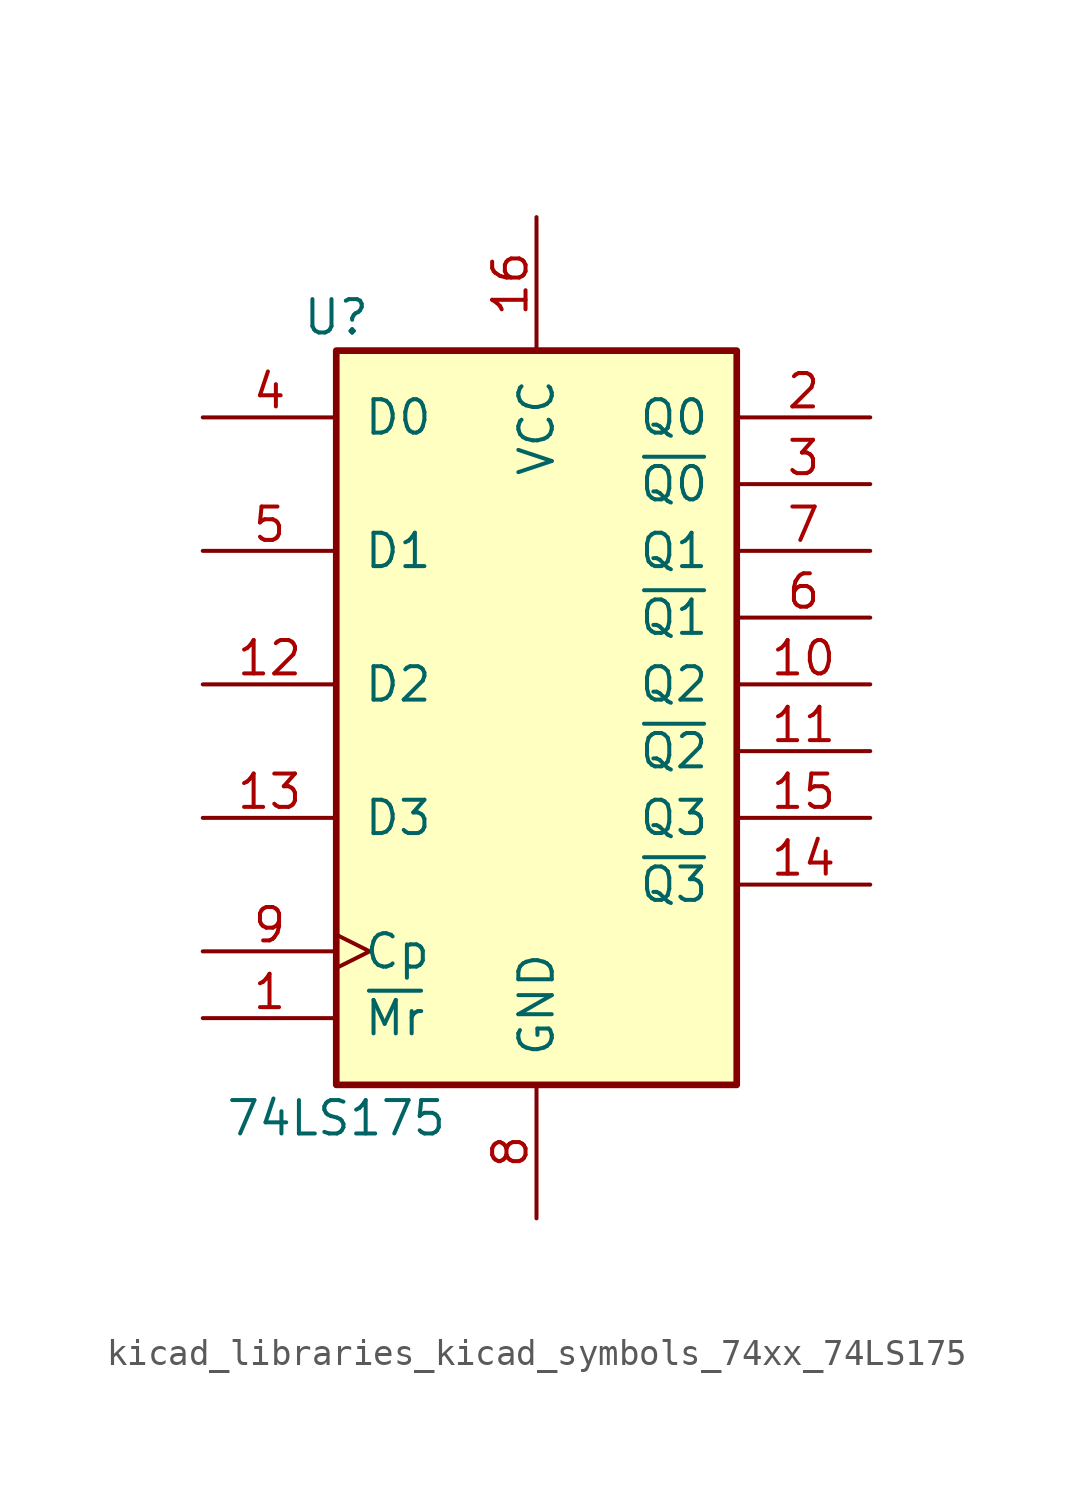
<source format=kicad_sym>
(kicad_symbol_lib
  (version 20220914)
  (generator kicad_symbol_editor)
  (symbol "kicad_libraries_kicad_symbols_74xx_74LS175"
    (pin_names
      (offset 1.016))
    (property "Reference" "U"
      (at -7.62 13.97 0)
      (effects (font (size 1.27 1.27))))
    (property "Value" "74LS175"
      (at -7.62 -16.51 0)
      (effects (font (size 1.27 1.27))))
    (property "ki_locked" ""
      (at 0 0 0)
      (effects (font (size 1.27 1.27))))
    (symbol "kicad_libraries_kicad_symbols_74xx_74LS175_1_0"
      (pin input line (at -12.7 -12.7 0) (length 5.08) (name "~{Mr}" (effects (font (size 1.27 1.27)))) (number "1" (effects (font (size 1.27 1.27)))))
      (pin output line (at 12.7 0 180) (length 5.08) (name "Q2" (effects (font (size 1.27 1.27)))) (number "10" (effects (font (size 1.27 1.27)))))
      (pin output line (at 12.7 -2.54 180) (length 5.08) (name "~{Q2}" (effects (font (size 1.27 1.27)))) (number "11" (effects (font (size 1.27 1.27)))))
      (pin input line (at -12.7 0 0) (length 5.08) (name "D2" (effects (font (size 1.27 1.27)))) (number "12" (effects (font (size 1.27 1.27)))))
      (pin input line (at -12.7 -5.08 0) (length 5.08) (name "D3" (effects (font (size 1.27 1.27)))) (number "13" (effects (font (size 1.27 1.27)))))
      (pin output line (at 12.7 -7.62 180) (length 5.08) (name "~{Q3}" (effects (font (size 1.27 1.27)))) (number "14" (effects (font (size 1.27 1.27)))))
      (pin output line (at 12.7 -5.08 180) (length 5.08) (name "Q3" (effects (font (size 1.27 1.27)))) (number "15" (effects (font (size 1.27 1.27)))))
      (pin power_in line (at 0 17.78 270) (length 5.08) (name "VCC" (effects (font (size 1.27 1.27)))) (number "16" (effects (font (size 1.27 1.27)))))
      (pin output line (at 12.7 10.16 180) (length 5.08) (name "Q0" (effects (font (size 1.27 1.27)))) (number "2" (effects (font (size 1.27 1.27)))))
      (pin output line (at 12.7 7.62 180) (length 5.08) (name "~{Q0}" (effects (font (size 1.27 1.27)))) (number "3" (effects (font (size 1.27 1.27)))))
      (pin input line (at -12.7 10.16 0) (length 5.08) (name "D0" (effects (font (size 1.27 1.27)))) (number "4" (effects (font (size 1.27 1.27)))))
      (pin input line (at -12.7 5.08 0) (length 5.08) (name "D1" (effects (font (size 1.27 1.27)))) (number "5" (effects (font (size 1.27 1.27)))))
      (pin output line (at 12.7 2.54 180) (length 5.08) (name "~{Q1}" (effects (font (size 1.27 1.27)))) (number "6" (effects (font (size 1.27 1.27)))))
      (pin output line (at 12.7 5.08 180) (length 5.08) (name "Q1" (effects (font (size 1.27 1.27)))) (number "7" (effects (font (size 1.27 1.27)))))
      (pin power_in line (at 0 -20.32 90) (length 5.08) (name "GND" (effects (font (size 1.27 1.27)))) (number "8" (effects (font (size 1.27 1.27)))))
      (pin input clock (at -12.7 -10.16 0) (length 5.08) (name "Cp" (effects (font (size 1.27 1.27)))) (number "9" (effects (font (size 1.27 1.27))))))
    (symbol "kicad_libraries_kicad_symbols_74xx_74LS175_1_1"
      (rectangle (start -7.62 12.7) (end 7.62 -15.24) (stroke (width 0.254) (type default)) (fill (type background))))))
</source>
